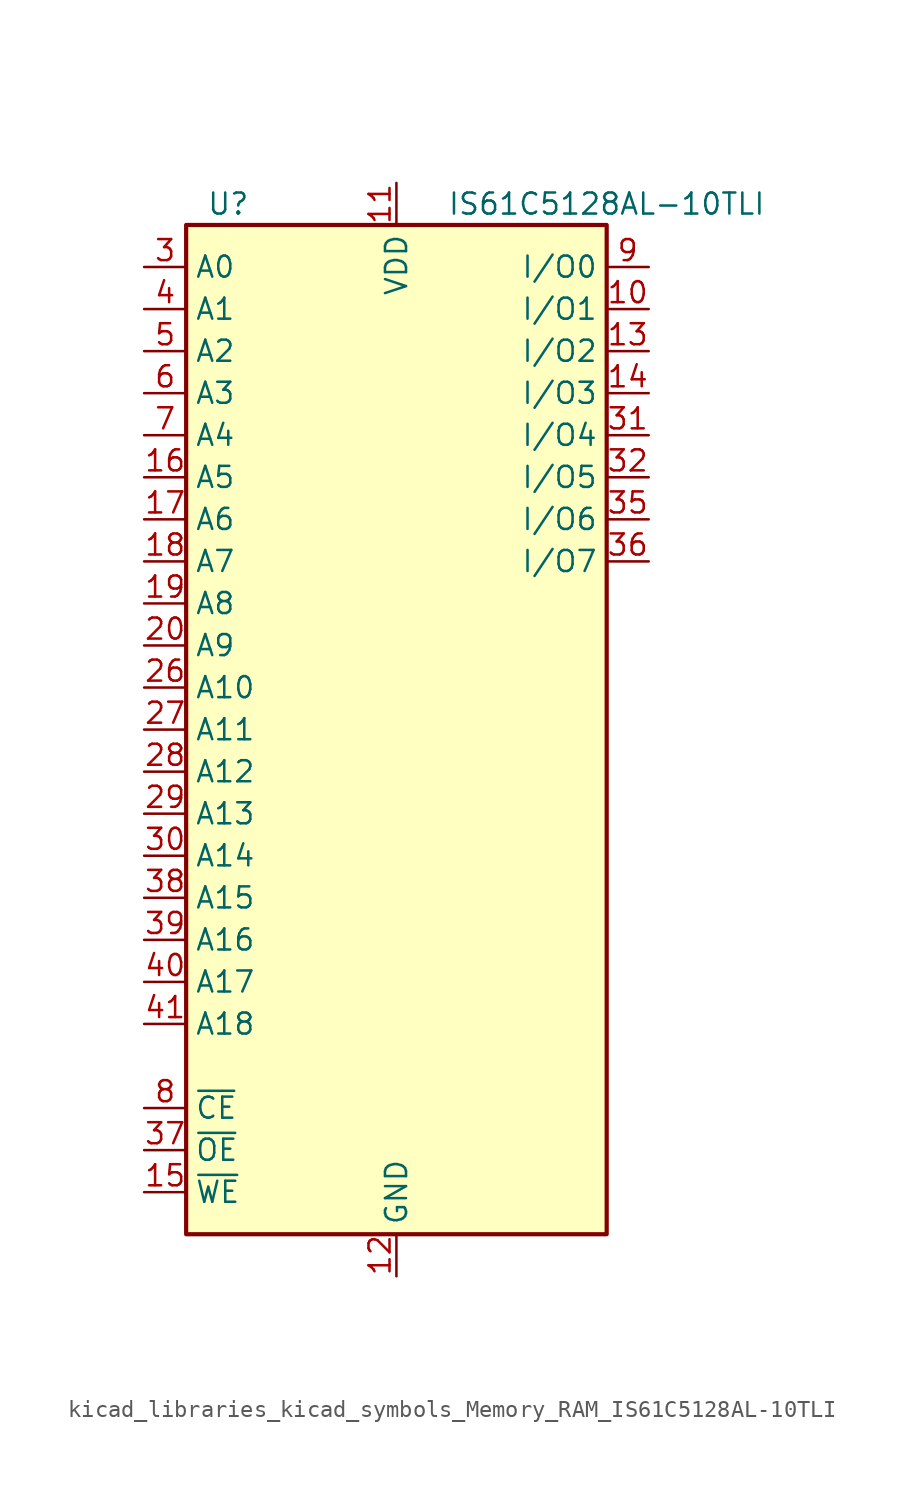
<source format=kicad_sym>
(kicad_symbol_lib
  (version 20220914)
  (generator kicad_symbol_editor)
  (symbol "kicad_libraries_kicad_symbols_Memory_RAM_IS61C5128AL-10TLI"
    (property "Reference" "U"
      (at -10.16 31.75 0)
      (effects (font (size 1.27 1.27))))
    (property "Value" "IS61C5128AL-10TLI"
      (at 12.7 31.75 0)
      (effects (font (size 1.27 1.27))))
    (symbol "kicad_libraries_kicad_symbols_Memory_RAM_IS61C5128AL-10TLI_0_1"
      (rectangle (start -12.7 30.48) (end 12.7 -30.48) (stroke (width 0.254) (type default)) (fill (type background))))
    (symbol "kicad_libraries_kicad_symbols_Memory_RAM_IS61C5128AL-10TLI_1_1"
      (pin no_connect line (at 12.7 -27.94 180) (length 2.54) hide (name "NC" (effects (font (size 1.27 1.27)))) (number "1" (effects (font (size 1.27 1.27)))))
      (pin bidirectional line (at 15.24 25.4 180) (length 2.54) (name "I/O1" (effects (font (size 1.27 1.27)))) (number "10" (effects (font (size 1.27 1.27)))))
      (pin power_in line (at 0 33.02 270) (length 2.54) (name "VDD" (effects (font (size 1.27 1.27)))) (number "11" (effects (font (size 1.27 1.27)))))
      (pin power_in line (at 0 -33.02 90) (length 2.54) (name "GND" (effects (font (size 1.27 1.27)))) (number "12" (effects (font (size 1.27 1.27)))))
      (pin bidirectional line (at 15.24 22.86 180) (length 2.54) (name "I/O2" (effects (font (size 1.27 1.27)))) (number "13" (effects (font (size 1.27 1.27)))))
      (pin bidirectional line (at 15.24 20.32 180) (length 2.54) (name "I/O3" (effects (font (size 1.27 1.27)))) (number "14" (effects (font (size 1.27 1.27)))))
      (pin input line (at -15.24 -27.94 0) (length 2.54) (name "~{WE}" (effects (font (size 1.27 1.27)))) (number "15" (effects (font (size 1.27 1.27)))))
      (pin input line (at -15.24 15.24 0) (length 2.54) (name "A5" (effects (font (size 1.27 1.27)))) (number "16" (effects (font (size 1.27 1.27)))))
      (pin input line (at -15.24 12.7 0) (length 2.54) (name "A6" (effects (font (size 1.27 1.27)))) (number "17" (effects (font (size 1.27 1.27)))))
      (pin input line (at -15.24 10.16 0) (length 2.54) (name "A7" (effects (font (size 1.27 1.27)))) (number "18" (effects (font (size 1.27 1.27)))))
      (pin input line (at -15.24 7.62 0) (length 2.54) (name "A8" (effects (font (size 1.27 1.27)))) (number "19" (effects (font (size 1.27 1.27)))))
      (pin no_connect line (at 12.7 -25.4 180) (length 2.54) hide (name "NC" (effects (font (size 1.27 1.27)))) (number "2" (effects (font (size 1.27 1.27)))))
      (pin input line (at -15.24 5.08 0) (length 2.54) (name "A9" (effects (font (size 1.27 1.27)))) (number "20" (effects (font (size 1.27 1.27)))))
      (pin no_connect line (at 12.7 -22.86 180) (length 2.54) hide (name "NC" (effects (font (size 1.27 1.27)))) (number "21" (effects (font (size 1.27 1.27)))))
      (pin no_connect line (at 12.7 -20.32 180) (length 2.54) hide (name "NC" (effects (font (size 1.27 1.27)))) (number "22" (effects (font (size 1.27 1.27)))))
      (pin no_connect line (at 12.7 -17.78 180) (length 2.54) hide (name "NC" (effects (font (size 1.27 1.27)))) (number "23" (effects (font (size 1.27 1.27)))))
      (pin no_connect line (at 12.7 -15.24 180) (length 2.54) hide (name "NC" (effects (font (size 1.27 1.27)))) (number "24" (effects (font (size 1.27 1.27)))))
      (pin no_connect line (at 12.7 -12.7 180) (length 2.54) hide (name "NC" (effects (font (size 1.27 1.27)))) (number "25" (effects (font (size 1.27 1.27)))))
      (pin input line (at -15.24 2.54 0) (length 2.54) (name "A10" (effects (font (size 1.27 1.27)))) (number "26" (effects (font (size 1.27 1.27)))))
      (pin input line (at -15.24 0 0) (length 2.54) (name "A11" (effects (font (size 1.27 1.27)))) (number "27" (effects (font (size 1.27 1.27)))))
      (pin input line (at -15.24 -2.54 0) (length 2.54) (name "A12" (effects (font (size 1.27 1.27)))) (number "28" (effects (font (size 1.27 1.27)))))
      (pin input line (at -15.24 -5.08 0) (length 2.54) (name "A13" (effects (font (size 1.27 1.27)))) (number "29" (effects (font (size 1.27 1.27)))))
      (pin input line (at -15.24 27.94 0) (length 2.54) (name "A0" (effects (font (size 1.27 1.27)))) (number "3" (effects (font (size 1.27 1.27)))))
      (pin input line (at -15.24 -7.62 0) (length 2.54) (name "A14" (effects (font (size 1.27 1.27)))) (number "30" (effects (font (size 1.27 1.27)))))
      (pin bidirectional line (at 15.24 17.78 180) (length 2.54) (name "I/O4" (effects (font (size 1.27 1.27)))) (number "31" (effects (font (size 1.27 1.27)))))
      (pin bidirectional line (at 15.24 15.24 180) (length 2.54) (name "I/O5" (effects (font (size 1.27 1.27)))) (number "32" (effects (font (size 1.27 1.27)))))
      (pin passive line (at 0 33.02 270) (length 2.54) hide (name "VDD" (effects (font (size 1.27 1.27)))) (number "33" (effects (font (size 1.27 1.27)))))
      (pin passive line (at 0 -33.02 90) (length 2.54) hide (name "GND" (effects (font (size 1.27 1.27)))) (number "34" (effects (font (size 1.27 1.27)))))
      (pin bidirectional line (at 15.24 12.7 180) (length 2.54) (name "I/O6" (effects (font (size 1.27 1.27)))) (number "35" (effects (font (size 1.27 1.27)))))
      (pin bidirectional line (at 15.24 10.16 180) (length 2.54) (name "I/O7" (effects (font (size 1.27 1.27)))) (number "36" (effects (font (size 1.27 1.27)))))
      (pin input line (at -15.24 -25.4 0) (length 2.54) (name "~{OE}" (effects (font (size 1.27 1.27)))) (number "37" (effects (font (size 1.27 1.27)))))
      (pin input line (at -15.24 -10.16 0) (length 2.54) (name "A15" (effects (font (size 1.27 1.27)))) (number "38" (effects (font (size 1.27 1.27)))))
      (pin input line (at -15.24 -12.7 0) (length 2.54) (name "A16" (effects (font (size 1.27 1.27)))) (number "39" (effects (font (size 1.27 1.27)))))
      (pin input line (at -15.24 25.4 0) (length 2.54) (name "A1" (effects (font (size 1.27 1.27)))) (number "4" (effects (font (size 1.27 1.27)))))
      (pin input line (at -15.24 -15.24 0) (length 2.54) (name "A17" (effects (font (size 1.27 1.27)))) (number "40" (effects (font (size 1.27 1.27)))))
      (pin input line (at -15.24 -17.78 0) (length 2.54) (name "A18" (effects (font (size 1.27 1.27)))) (number "41" (effects (font (size 1.27 1.27)))))
      (pin no_connect line (at 12.7 -10.16 180) (length 2.54) hide (name "NC" (effects (font (size 1.27 1.27)))) (number "42" (effects (font (size 1.27 1.27)))))
      (pin no_connect line (at 12.7 -7.62 180) (length 2.54) hide (name "NC" (effects (font (size 1.27 1.27)))) (number "43" (effects (font (size 1.27 1.27)))))
      (pin no_connect line (at 12.7 -5.08 180) (length 2.54) hide (name "NC" (effects (font (size 1.27 1.27)))) (number "44" (effects (font (size 1.27 1.27)))))
      (pin input line (at -15.24 22.86 0) (length 2.54) (name "A2" (effects (font (size 1.27 1.27)))) (number "5" (effects (font (size 1.27 1.27)))))
      (pin input line (at -15.24 20.32 0) (length 2.54) (name "A3" (effects (font (size 1.27 1.27)))) (number "6" (effects (font (size 1.27 1.27)))))
      (pin input line (at -15.24 17.78 0) (length 2.54) (name "A4" (effects (font (size 1.27 1.27)))) (number "7" (effects (font (size 1.27 1.27)))))
      (pin input line (at -15.24 -22.86 0) (length 2.54) (name "~{CE}" (effects (font (size 1.27 1.27)))) (number "8" (effects (font (size 1.27 1.27)))))
      (pin bidirectional line (at 15.24 27.94 180) (length 2.54) (name "I/O0" (effects (font (size 1.27 1.27)))) (number "9" (effects (font (size 1.27 1.27))))))))
</source>
